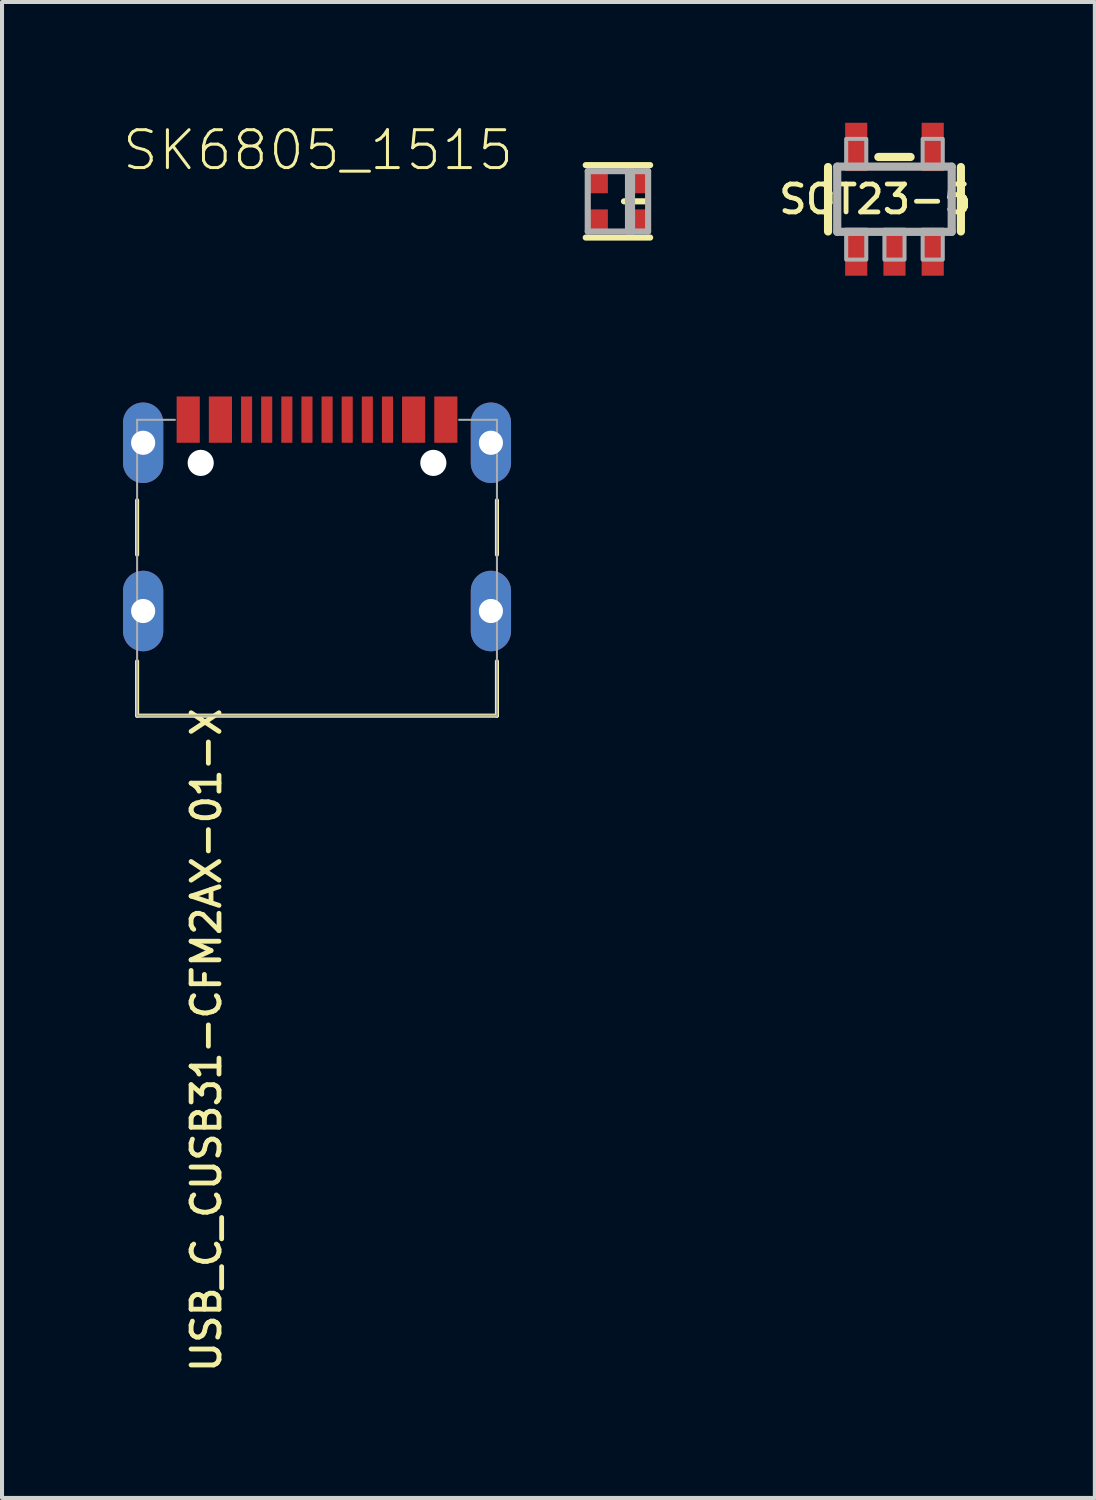
<source format=kicad_pcb>
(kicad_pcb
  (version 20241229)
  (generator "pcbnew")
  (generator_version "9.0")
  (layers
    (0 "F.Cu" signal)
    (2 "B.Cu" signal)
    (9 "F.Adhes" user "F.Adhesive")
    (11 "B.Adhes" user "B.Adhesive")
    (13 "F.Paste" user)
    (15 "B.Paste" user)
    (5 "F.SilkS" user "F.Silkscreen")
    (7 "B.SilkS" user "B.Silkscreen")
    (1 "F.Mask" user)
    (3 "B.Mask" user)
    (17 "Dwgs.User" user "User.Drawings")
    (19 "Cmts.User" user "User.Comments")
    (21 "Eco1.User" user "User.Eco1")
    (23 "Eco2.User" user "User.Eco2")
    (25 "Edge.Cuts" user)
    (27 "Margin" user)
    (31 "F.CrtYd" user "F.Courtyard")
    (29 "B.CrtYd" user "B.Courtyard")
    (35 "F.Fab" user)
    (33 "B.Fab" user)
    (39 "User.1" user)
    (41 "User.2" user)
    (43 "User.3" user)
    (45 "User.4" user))
  (footprint "USB_C_CUSB31-CFM2AX-01-X"
    (layer "F.Cu")
    (at 4.826 10.92)
    (property "Reference" "USB_C_CUSB31-CFM2AX-01-X" (at -2.75 3.56 270) (layer "F.SilkS") (effects (font (size 0.693 0.693) (thickness 0.12)) (justify right)))
    (fp_poly (pts (xy -3.824 -1.924) (xy -4.826 -1.924) (xy -4.826 -4.026) (xy -3.824 -4.026)) (stroke (width 0) (type solid)) (fill yes) (layer "In1.Cu"))
    (fp_poly (pts (xy -3.824 1.976) (xy -4.826 1.976) (xy -4.826 0.424) (xy -3.824 0.424)) (stroke (width 0) (type solid)) (fill yes) (layer "In1.Cu"))
    (fp_poly (pts (xy 4.826 -1.924) (xy 3.824 -1.924) (xy 3.824 -4.026) (xy 4.826 -4.026)) (stroke (width 0) (type solid)) (fill yes) (layer "In1.Cu"))
    (fp_poly (pts (xy 4.826 1.976) (xy 3.824 1.976) (xy 3.824 0.424) (xy 4.826 0.424)) (stroke (width 0) (type solid)) (fill yes) (layer "In1.Cu"))
    (fp_line (start -4.47 -0.19) (end -4.47 -1.54) (stroke (width 0.102) (type solid)) (layer "F.SilkS"))
    (fp_line (start -4.47 3.81) (end -4.47 2.46) (stroke (width 0.102) (type solid)) (layer "F.SilkS"))
    (fp_line (start 4.47 -1.54) (end 4.47 -0.19) (stroke (width 0.102) (type solid)) (layer "F.SilkS"))
    (fp_line (start 4.47 2.46) (end 4.47 3.81) (stroke (width 0.102) (type solid)) (layer "F.SilkS"))
    (fp_line (start 4.47 3.81) (end -4.47 3.81) (stroke (width 0.102) (type solid)) (layer "F.SilkS"))
    (fp_poly (pts (xy -3.824 -1.924) (xy -4.826 -1.924) (xy -4.826 -4.026) (xy -3.824 -4.026)) (stroke (width 0) (type solid)) (fill yes) (layer "In2.Cu"))
    (fp_poly (pts (xy -3.824 1.976) (xy -4.826 1.976) (xy -4.826 0.424) (xy -3.824 0.424)) (stroke (width 0) (type solid)) (fill yes) (layer "In2.Cu"))
    (fp_poly (pts (xy 4.826 -1.924) (xy 3.824 -1.924) (xy 3.824 -4.026) (xy 4.826 -4.026)) (stroke (width 0) (type solid)) (fill yes) (layer "In2.Cu"))
    (fp_poly (pts (xy 4.826 1.976) (xy 3.824 1.976) (xy 3.824 0.424) (xy 4.826 0.424)) (stroke (width 0) (type solid)) (fill yes) (layer "In2.Cu"))
    (fp_poly (pts (xy -4.169 -3.939) (xy -4.034 -3.87) (xy -3.928 -3.763) (xy -3.835 -3.48) (xy -3.835 -2.464) (xy -3.859 -2.315) (xy -3.928 -2.18) (xy -4.034 -2.073) (xy -4.318 -1.981) (xy -4.449 -1.999) (xy -4.572 -2.049) (xy -4.677 -2.13) (xy -4.758 -2.235) (xy -4.826 -2.489) (xy -4.826 -3.454) (xy -4.809 -3.586) (xy -4.758 -3.708) (xy -4.677 -3.814) (xy -4.572 -3.894) (xy -4.318 -3.962)) (stroke (width 0) (type solid)) (fill yes) (layer "F.Paste"))
    (fp_poly (pts (xy -4.156 0.24) (xy -4.022 0.308) (xy -3.915 0.415) (xy -3.823 0.699) (xy -3.823 1.714) (xy -3.846 1.864) (xy -3.915 1.998) (xy -4.022 2.105) (xy -4.305 2.197) (xy -4.437 2.18) (xy -4.559 2.129) (xy -4.665 2.048) (xy -4.745 1.943) (xy -4.813 1.689) (xy -4.813 0.724) (xy -4.796 0.592) (xy -4.745 0.47) (xy -4.665 0.365) (xy -4.559 0.284) (xy -4.305 0.216)) (stroke (width 0) (type solid)) (fill yes) (layer "F.Paste"))
    (fp_poly (pts (xy 4.48 -3.951) (xy 4.614 -3.883) (xy 4.721 -3.776) (xy 4.813 -3.493) (xy 4.813 -2.477) (xy 4.79 -2.327) (xy 4.721 -2.193) (xy 4.614 -2.086) (xy 4.331 -1.994) (xy 4.199 -2.011) (xy 4.077 -2.062) (xy 3.971 -2.143) (xy 3.891 -2.248) (xy 3.823 -2.502) (xy 3.823 -3.467) (xy 3.84 -3.599) (xy 3.891 -3.721) (xy 3.971 -3.826) (xy 4.077 -3.907) (xy 4.331 -3.975)) (stroke (width 0) (type solid)) (fill yes) (layer "F.Paste"))
    (fp_poly (pts (xy 4.48 0.24) (xy 4.614 0.308) (xy 4.721 0.415) (xy 4.813 0.699) (xy 4.813 1.714) (xy 4.79 1.864) (xy 4.721 1.998) (xy 4.614 2.105) (xy 4.331 2.197) (xy 4.199 2.18) (xy 4.077 2.129) (xy 3.971 2.048) (xy 3.891 1.943) (xy 3.823 1.689) (xy 3.823 0.724) (xy 3.84 0.592) (xy 3.891 0.47) (xy 3.971 0.365) (xy 4.077 0.284) (xy 4.331 0.216)) (stroke (width 0) (type solid)) (fill yes) (layer "F.Paste"))
    (fp_line (start -4.47 -3.54) (end -3.53 -3.54) (stroke (width 0.05) (type solid)) (layer "F.Fab"))
    (fp_line (start -4.47 3.81) (end -4.47 -3.54) (stroke (width 0.05) (type solid)) (layer "F.Fab"))
    (fp_line (start 3.53 -3.54) (end 4.47 -3.54) (stroke (width 0.05) (type solid)) (layer "F.Fab"))
    (fp_line (start 4.47 -3.54) (end 4.47 3.81) (stroke (width 0.05) (type solid)) (layer "F.Fab"))
    (fp_line (start 4.47 3.81) (end -4.47 3.81) (stroke (width 0.05) (type solid)) (layer "F.Fab"))
    (pad "" np_thru_hole circle (at -2.89 -2.47) (size 0.65 0.65) (drill 0.65) (layers "*.Cu" "*.Mask"))
    (pad "" np_thru_hole circle (at 2.89 -2.47) (size 0.65 0.65) (drill 0.65) (layers "*.Cu" "*.Mask"))
    (pad "A1B12" smd rect (at -3.2 -3.545) (size 0.575 1.15) (layers "F.Cu" "F.Mask" "F.Paste"))
    (pad "A4B9" smd rect (at -2.4 -3.545) (size 0.575 1.15) (layers "F.Cu" "F.Mask" "F.Paste"))
    (pad "A5" smd rect (at -1.25 -3.545) (size 0.275 1.15) (layers "F.Cu" "F.Mask" "F.Paste"))
    (pad "A6" smd rect (at -0.25 -3.545) (size 0.275 1.15) (layers "F.Cu" "F.Mask" "F.Paste"))
    (pad "A7" smd rect (at 0.25 -3.545) (size 0.275 1.15) (layers "F.Cu" "F.Mask" "F.Paste"))
    (pad "A8" smd rect (at 1.25 -3.545) (size 0.275 1.15) (layers "F.Cu" "F.Mask" "F.Paste"))
    (pad "B1A12" smd rect (at 3.2 -3.545) (size 0.575 1.15) (layers "F.Cu" "F.Mask" "F.Paste"))
    (pad "B4A9" smd rect (at 2.4 -3.545) (size 0.575 1.15) (layers "F.Cu" "F.Mask" "F.Paste"))
    (pad "B5" smd rect (at 1.75 -3.545) (size 0.275 1.15) (layers "F.Cu" "F.Mask" "F.Paste"))
    (pad "B6" smd rect (at 0.75 -3.545) (size 0.275 1.15) (layers "F.Cu" "F.Mask" "F.Paste"))
    (pad "B7" smd rect (at -0.75 -3.545) (size 0.275 1.15) (layers "F.Cu" "F.Mask" "F.Paste"))
    (pad "B8" smd rect (at -1.75 -3.545) (size 0.275 1.15) (layers "F.Cu" "F.Mask" "F.Paste"))
    (pad "M1" thru_hole oval (at -4.32 -2.97 90) (size 2 1) (drill 0.6) (layers "*.Cu" "*.Mask"))
    (pad "M2" thru_hole oval (at 4.32 -2.97 90) (size 2 1) (drill 0.6) (layers "*.Cu" "*.Mask"))
    (pad "M3" thru_hole oval (at -4.32 1.21 90) (size 2 1) (drill 0.6) (layers "*.Cu" "*.Mask"))
    (pad "M4" thru_hole oval (at 4.32 1.21 90) (size 2 1) (drill 0.6) (layers "*.Cu" "*.Mask")))
  (footprint "SK6805_1515"
    (layer "F.Cu")
    (at 12.302 1.952)
    (property "Reference" "SK6805_1515" (at -2.54 -1.27 180) (layer "F.SilkS") (effects (font (size 0.941 0.941) (thickness 0.075)) (justify right)))
    (fp_line (start -0.8 -0.9) (end 0.8 -0.9) (stroke (width 0.152) (type solid)) (layer "F.SilkS"))
    (fp_line (start -0.8 0.9) (end 0.8 0.9) (stroke (width 0.152) (type solid)) (layer "F.SilkS"))
    (fp_line (start 0.7 0) (end 0.15 0) (stroke (width 0.152) (type solid)) (layer "F.SilkS"))
    (fp_line (start -0.75 -0.75) (end 0.25 -0.75) (stroke (width 0.152) (type solid)) (layer "F.Fab"))
    (fp_line (start -0.75 0.75) (end -0.75 -0.75) (stroke (width 0.152) (type solid)) (layer "F.Fab"))
    (fp_line (start 0.25 -0.75) (end 0.25 0.75) (stroke (width 0.152) (type solid)) (layer "F.Fab"))
    (fp_line (start 0.25 0.75) (end -0.75 0.75) (stroke (width 0.152) (type solid)) (layer "F.Fab"))
    (fp_line (start 0.25 0.75) (end 0.35 0.75) (stroke (width 0.152) (type solid)) (layer "F.Fab"))
    (fp_line (start 0.35 -0.75) (end 0.25 -0.75) (stroke (width 0.152) (type solid)) (layer "F.Fab"))
    (fp_line (start 0.35 -0.75) (end 0.75 -0.75) (stroke (width 0.152) (type solid)) (layer "F.Fab"))
    (fp_line (start 0.35 0.75) (end 0.35 -0.75) (stroke (width 0.152) (type solid)) (layer "F.Fab"))
    (fp_line (start 0.75 -0.75) (end 0.75 0.75) (stroke (width 0.152) (type solid)) (layer "F.Fab"))
    (fp_line (start 0.75 0.75) (end 0.35 0.75) (stroke (width 0.152) (type solid)) (layer "F.Fab"))
    (pad "1" smd rect (at -0.5 0.45) (size 0.5 0.5) (layers "F.Cu" "F.Mask" "F.Paste"))
    (pad "2" smd rect (at 0.5 0.45) (size 0.5 0.5) (layers "F.Cu" "F.Mask" "F.Paste"))
    (pad "3" smd rect (at 0.5 -0.45) (size 0.5 0.5) (layers "F.Cu" "F.Mask" "F.Paste"))
    (pad "4" smd rect (at -0.5 -0.45) (size 0.5 0.5) (layers "F.Cu" "F.Mask" "F.Paste")))
  (footprint "SOT23-5"
    (layer "F.Cu")
    (at 19.172 1.9)
    (property "Reference" "SOT23-5" (at 1.978 0 180) (layer "F.SilkS") (effects (font (size 0.693 0.693) (thickness 0.12)) (justify right)))
    (fp_line (start -1.65 -0.8) (end -1.65 0.8) (stroke (width 0.203) (type solid)) (layer "F.SilkS"))
    (fp_line (start -0.4 -1.05) (end 0.4 -1.05) (stroke (width 0.203) (type solid)) (layer "F.SilkS"))
    (fp_line (start 1.65 -0.8) (end 1.65 0.8) (stroke (width 0.203) (type solid)) (layer "F.SilkS"))
    (fp_line (start -1.422 -0.81) (end 1.422 -0.81) (stroke (width 0.203) (type solid)) (layer "F.Fab"))
    (fp_line (start -1.422 0.81) (end -1.422 -0.81) (stroke (width 0.203) (type solid)) (layer "F.Fab"))
    (fp_line (start 1.422 -0.81) (end 1.422 0.81) (stroke (width 0.203) (type solid)) (layer "F.Fab"))
    (fp_line (start 1.422 0.81) (end -1.422 0.81) (stroke (width 0.203) (type solid)) (layer "F.Fab"))
    (fp_poly (pts (xy -1.2 -0.85) (xy -0.7 -0.85) (xy -0.7 -1.5) (xy -1.2 -1.5)) (stroke (width 0.1) (type solid)) (fill no) (layer "F.Fab"))
    (fp_poly (pts (xy -1.2 1.5) (xy -0.7 1.5) (xy -0.7 0.85) (xy -1.2 0.85)) (stroke (width 0.1) (type solid)) (fill no) (layer "F.Fab"))
    (fp_poly (pts (xy -0.25 1.5) (xy 0.25 1.5) (xy 0.25 0.85) (xy -0.25 0.85)) (stroke (width 0.1) (type solid)) (fill no) (layer "F.Fab"))
    (fp_poly (pts (xy 0.7 -0.85) (xy 1.2 -0.85) (xy 1.2 -1.5) (xy 0.7 -1.5)) (stroke (width 0.1) (type solid)) (fill no) (layer "F.Fab"))
    (fp_poly (pts (xy 0.7 1.5) (xy 1.2 1.5) (xy 1.2 0.85) (xy 0.7 0.85)) (stroke (width 0.1) (type solid)) (fill no) (layer "F.Fab"))
    (pad "1" smd rect (at -0.95 1.3) (size 0.55 1.2) (layers "F.Cu" "F.Mask" "F.Paste"))
    (pad "2" smd rect (at 0 1.3) (size 0.55 1.2) (layers "F.Cu" "F.Mask" "F.Paste"))
    (pad "3" smd rect (at 0.95 1.3) (size 0.55 1.2) (layers "F.Cu" "F.Mask" "F.Paste"))
    (pad "4" smd rect (at 0.95 -1.3) (size 0.55 1.2) (layers "F.Cu" "F.Mask" "F.Paste"))
    (pad "5" smd rect (at -0.95 -1.3) (size 0.55 1.2) (layers "F.Cu" "F.Mask" "F.Paste")))
  (gr_rect
    (start -3 -3)
    (end 24.15 34.165)
    (stroke (width 0.1) (type default))
    (fill no)
    (layer "Edge.Cuts")))
</source>
